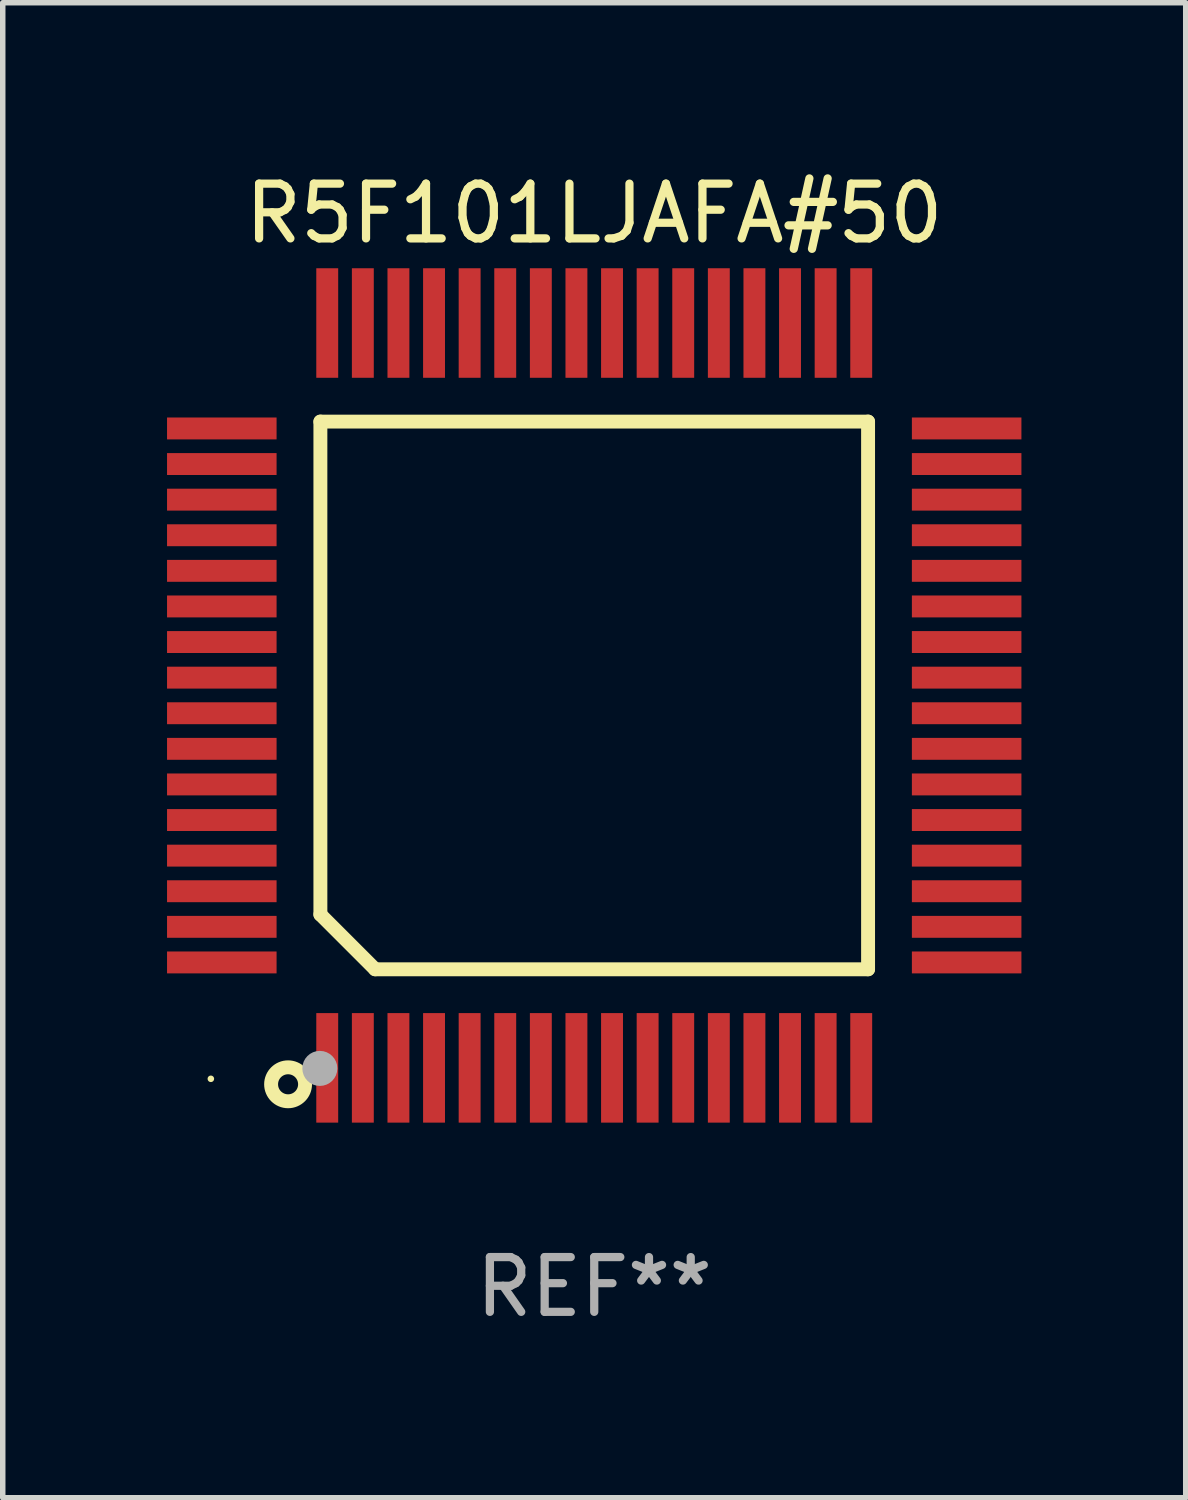
<source format=kicad_pcb>
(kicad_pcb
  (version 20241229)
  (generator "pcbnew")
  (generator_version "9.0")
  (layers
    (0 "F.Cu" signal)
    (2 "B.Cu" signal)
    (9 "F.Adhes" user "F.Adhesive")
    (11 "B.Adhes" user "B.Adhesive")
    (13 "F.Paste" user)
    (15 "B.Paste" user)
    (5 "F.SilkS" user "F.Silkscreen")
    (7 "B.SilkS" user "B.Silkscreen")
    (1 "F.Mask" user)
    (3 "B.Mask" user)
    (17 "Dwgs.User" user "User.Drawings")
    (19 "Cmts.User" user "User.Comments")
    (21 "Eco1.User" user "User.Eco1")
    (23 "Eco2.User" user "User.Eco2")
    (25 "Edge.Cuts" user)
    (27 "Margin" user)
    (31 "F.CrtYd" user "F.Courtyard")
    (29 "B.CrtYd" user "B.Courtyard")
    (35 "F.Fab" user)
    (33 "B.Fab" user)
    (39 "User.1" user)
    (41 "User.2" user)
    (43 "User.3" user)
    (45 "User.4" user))
  (footprint "R5F101LJAFA#50"
    (layer "F.Cu")
    (at 7.8 9.648)
    (property "Reference" "R5F101LJAFA#50" (at 0 -8.8 0) (layer "F.SilkS") (effects (font (size 1 1) (thickness 0.15))))
    (attr through_hole)
    (fp_line (start -5 -5) (end 5 -5) (stroke (width 0.254) (type solid)) (layer "F.SilkS"))
    (fp_line (start -5 4) (end -5 -5) (stroke (width 0.254) (type solid)) (layer "F.SilkS"))
    (fp_line (start -4 5) (end -5 4) (stroke (width 0.254) (type solid)) (layer "F.SilkS"))
    (fp_line (start 5 -5) (end 5 5) (stroke (width 0.254) (type solid)) (layer "F.SilkS"))
    (fp_line (start 5 5) (end -4 5) (stroke (width 0.254) (type solid)) (layer "F.SilkS"))
    (fp_circle (center -7 7) (end -6.97 7) (stroke (width 0.06) (type solid)) (fill no) (layer "F.SilkS"))
    (fp_circle (center -5.59 7.1) (end -5.28 7.1) (stroke (width 0.254) (type solid)) (fill no) (layer "F.SilkS"))
    (fp_circle (center -5.01 6.81) (end -4.85 6.81) (stroke (width 0.32) (type solid)) (fill no) (layer "F.Fab"))
    (fp_text user "REF**" (at 0 10.8 0) (layer "F.Fab") (effects (font (size 1 1) (thickness 0.15))))
    (pad "1" smd rect (at -4.875 6.8) (size 0.4 2) (layers "F.Cu" "F.Mask" "F.Paste"))
    (pad "2" smd rect (at -4.225 6.8) (size 0.4 2) (layers "F.Cu" "F.Mask" "F.Paste"))
    (pad "3" smd rect (at -3.575 6.8) (size 0.4 2) (layers "F.Cu" "F.Mask" "F.Paste"))
    (pad "4" smd rect (at -2.925 6.8) (size 0.4 2) (layers "F.Cu" "F.Mask" "F.Paste"))
    (pad "5" smd rect (at -2.275 6.8) (size 0.4 2) (layers "F.Cu" "F.Mask" "F.Paste"))
    (pad "6" smd rect (at -1.625 6.8) (size 0.4 2) (layers "F.Cu" "F.Mask" "F.Paste"))
    (pad "7" smd rect (at -0.975 6.8) (size 0.4 2) (layers "F.Cu" "F.Mask" "F.Paste"))
    (pad "8" smd rect (at -0.325 6.8) (size 0.4 2) (layers "F.Cu" "F.Mask" "F.Paste"))
    (pad "9" smd rect (at 0.325 6.8) (size 0.4 2) (layers "F.Cu" "F.Mask" "F.Paste"))
    (pad "10" smd rect (at 0.975 6.8) (size 0.4 2) (layers "F.Cu" "F.Mask" "F.Paste"))
    (pad "11" smd rect (at 1.625 6.8) (size 0.4 2) (layers "F.Cu" "F.Mask" "F.Paste"))
    (pad "12" smd rect (at 2.275 6.8) (size 0.4 2) (layers "F.Cu" "F.Mask" "F.Paste"))
    (pad "13" smd rect (at 2.925 6.8) (size 0.4 2) (layers "F.Cu" "F.Mask" "F.Paste"))
    (pad "14" smd rect (at 3.575 6.8) (size 0.4 2) (layers "F.Cu" "F.Mask" "F.Paste"))
    (pad "15" smd rect (at 4.225 6.8) (size 0.4 2) (layers "F.Cu" "F.Mask" "F.Paste"))
    (pad "16" smd rect (at 4.875 6.8) (size 0.4 2) (layers "F.Cu" "F.Mask" "F.Paste"))
    (pad "17" smd rect (at 6.8 4.875) (size 2 0.4) (layers "F.Cu" "F.Mask" "F.Paste"))
    (pad "18" smd rect (at 6.8 4.225) (size 2 0.4) (layers "F.Cu" "F.Mask" "F.Paste"))
    (pad "19" smd rect (at 6.8 3.575) (size 2 0.4) (layers "F.Cu" "F.Mask" "F.Paste"))
    (pad "20" smd rect (at 6.8 2.925) (size 2 0.4) (layers "F.Cu" "F.Mask" "F.Paste"))
    (pad "21" smd rect (at 6.8 2.275) (size 2 0.4) (layers "F.Cu" "F.Mask" "F.Paste"))
    (pad "22" smd rect (at 6.8 1.625) (size 2 0.4) (layers "F.Cu" "F.Mask" "F.Paste"))
    (pad "23" smd rect (at 6.8 0.975) (size 2 0.4) (layers "F.Cu" "F.Mask" "F.Paste"))
    (pad "24" smd rect (at 6.8 0.325) (size 2 0.4) (layers "F.Cu" "F.Mask" "F.Paste"))
    (pad "25" smd rect (at 6.8 -0.325) (size 2 0.4) (layers "F.Cu" "F.Mask" "F.Paste"))
    (pad "26" smd rect (at 6.8 -0.975) (size 2 0.4) (layers "F.Cu" "F.Mask" "F.Paste"))
    (pad "27" smd rect (at 6.8 -1.625) (size 2 0.4) (layers "F.Cu" "F.Mask" "F.Paste"))
    (pad "28" smd rect (at 6.8 -2.275) (size 2 0.4) (layers "F.Cu" "F.Mask" "F.Paste"))
    (pad "29" smd rect (at 6.8 -2.925) (size 2 0.4) (layers "F.Cu" "F.Mask" "F.Paste"))
    (pad "30" smd rect (at 6.8 -3.575) (size 2 0.4) (layers "F.Cu" "F.Mask" "F.Paste"))
    (pad "31" smd rect (at 6.8 -4.225) (size 2 0.4) (layers "F.Cu" "F.Mask" "F.Paste"))
    (pad "32" smd rect (at 6.8 -4.875) (size 2 0.4) (layers "F.Cu" "F.Mask" "F.Paste"))
    (pad "33" smd rect (at 4.875 -6.8) (size 0.4 2) (layers "F.Cu" "F.Mask" "F.Paste"))
    (pad "34" smd rect (at 4.225 -6.8) (size 0.4 2) (layers "F.Cu" "F.Mask" "F.Paste"))
    (pad "35" smd rect (at 3.575 -6.8) (size 0.4 2) (layers "F.Cu" "F.Mask" "F.Paste"))
    (pad "36" smd rect (at 2.925 -6.8) (size 0.4 2) (layers "F.Cu" "F.Mask" "F.Paste"))
    (pad "37" smd rect (at 2.275 -6.8) (size 0.4 2) (layers "F.Cu" "F.Mask" "F.Paste"))
    (pad "38" smd rect (at 1.625 -6.8) (size 0.4 2) (layers "F.Cu" "F.Mask" "F.Paste"))
    (pad "39" smd rect (at 0.975 -6.8) (size 0.4 2) (layers "F.Cu" "F.Mask" "F.Paste"))
    (pad "40" smd rect (at 0.325 -6.8) (size 0.4 2) (layers "F.Cu" "F.Mask" "F.Paste"))
    (pad "41" smd rect (at -0.325 -6.8) (size 0.4 2) (layers "F.Cu" "F.Mask" "F.Paste"))
    (pad "42" smd rect (at -0.975 -6.8) (size 0.4 2) (layers "F.Cu" "F.Mask" "F.Paste"))
    (pad "43" smd rect (at -1.625 -6.8) (size 0.4 2) (layers "F.Cu" "F.Mask" "F.Paste"))
    (pad "44" smd rect (at -2.275 -6.8) (size 0.4 2) (layers "F.Cu" "F.Mask" "F.Paste"))
    (pad "45" smd rect (at -2.925 -6.8) (size 0.4 2) (layers "F.Cu" "F.Mask" "F.Paste"))
    (pad "46" smd rect (at -3.575 -6.8) (size 0.4 2) (layers "F.Cu" "F.Mask" "F.Paste"))
    (pad "47" smd rect (at -4.225 -6.8) (size 0.4 2) (layers "F.Cu" "F.Mask" "F.Paste"))
    (pad "48" smd rect (at -4.875 -6.8) (size 0.4 2) (layers "F.Cu" "F.Mask" "F.Paste"))
    (pad "49" smd rect (at -6.8 -4.875) (size 2 0.4) (layers "F.Cu" "F.Mask" "F.Paste"))
    (pad "50" smd rect (at -6.8 -4.225) (size 2 0.4) (layers "F.Cu" "F.Mask" "F.Paste"))
    (pad "51" smd rect (at -6.8 -3.575) (size 2 0.4) (layers "F.Cu" "F.Mask" "F.Paste"))
    (pad "52" smd rect (at -6.8 -2.925) (size 2 0.4) (layers "F.Cu" "F.Mask" "F.Paste"))
    (pad "53" smd rect (at -6.8 -2.275) (size 2 0.4) (layers "F.Cu" "F.Mask" "F.Paste"))
    (pad "54" smd rect (at -6.8 -1.625) (size 2 0.4) (layers "F.Cu" "F.Mask" "F.Paste"))
    (pad "55" smd rect (at -6.8 -0.975) (size 2 0.4) (layers "F.Cu" "F.Mask" "F.Paste"))
    (pad "56" smd rect (at -6.8 -0.325) (size 2 0.4) (layers "F.Cu" "F.Mask" "F.Paste"))
    (pad "57" smd rect (at -6.8 0.325) (size 2 0.4) (layers "F.Cu" "F.Mask" "F.Paste"))
    (pad "58" smd rect (at -6.8 0.975) (size 2 0.4) (layers "F.Cu" "F.Mask" "F.Paste"))
    (pad "59" smd rect (at -6.8 1.625) (size 2 0.4) (layers "F.Cu" "F.Mask" "F.Paste"))
    (pad "60" smd rect (at -6.8 2.275) (size 2 0.4) (layers "F.Cu" "F.Mask" "F.Paste"))
    (pad "61" smd rect (at -6.8 2.925) (size 2 0.4) (layers "F.Cu" "F.Mask" "F.Paste"))
    (pad "62" smd rect (at -6.8 3.575) (size 2 0.4) (layers "F.Cu" "F.Mask" "F.Paste"))
    (pad "63" smd rect (at -6.8 4.225) (size 2 0.4) (layers "F.Cu" "F.Mask" "F.Paste"))
    (pad "64" smd rect (at -6.8 4.875) (size 2 0.4) (layers "F.Cu" "F.Mask" "F.Paste")))
  (gr_rect
    (start -3 -3)
    (end 18.6 24.297)
    (stroke (width 0.1) (type default))
    (fill no)
    (layer "Edge.Cuts")))
</source>
